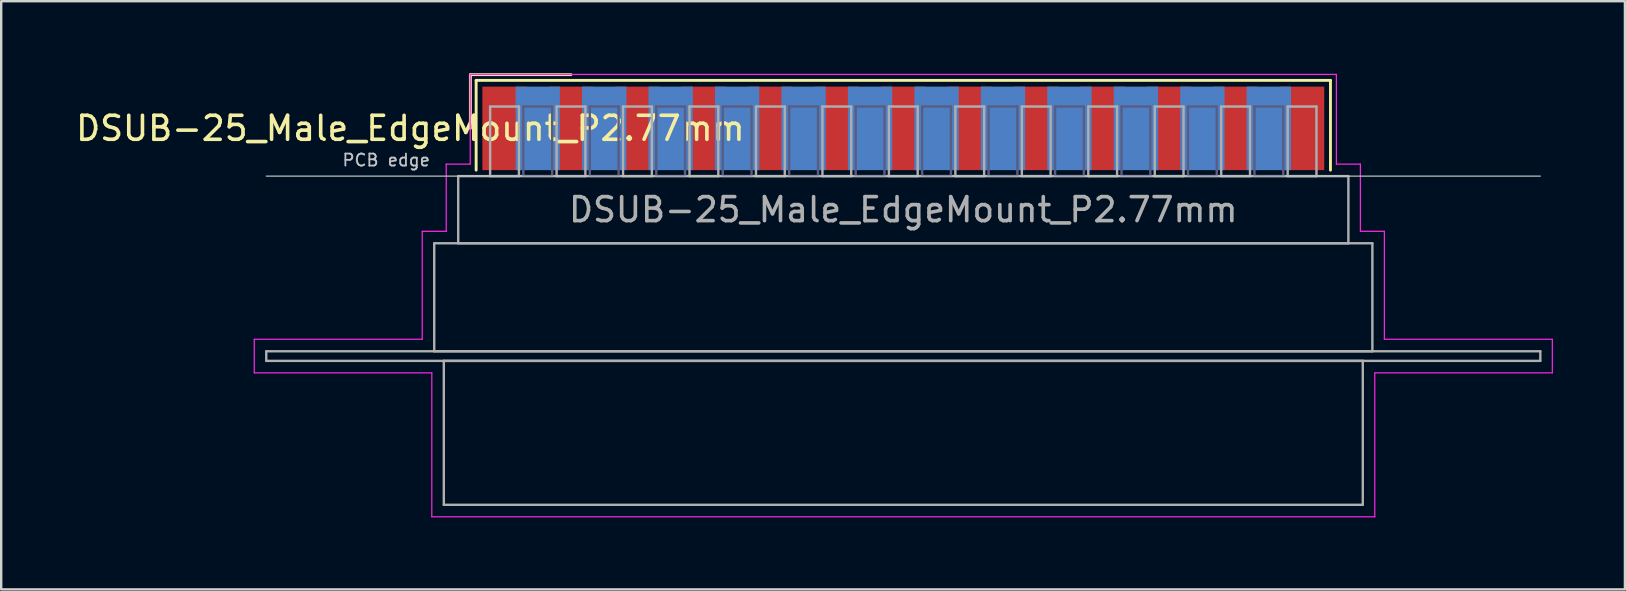
<source format=kicad_pcb>
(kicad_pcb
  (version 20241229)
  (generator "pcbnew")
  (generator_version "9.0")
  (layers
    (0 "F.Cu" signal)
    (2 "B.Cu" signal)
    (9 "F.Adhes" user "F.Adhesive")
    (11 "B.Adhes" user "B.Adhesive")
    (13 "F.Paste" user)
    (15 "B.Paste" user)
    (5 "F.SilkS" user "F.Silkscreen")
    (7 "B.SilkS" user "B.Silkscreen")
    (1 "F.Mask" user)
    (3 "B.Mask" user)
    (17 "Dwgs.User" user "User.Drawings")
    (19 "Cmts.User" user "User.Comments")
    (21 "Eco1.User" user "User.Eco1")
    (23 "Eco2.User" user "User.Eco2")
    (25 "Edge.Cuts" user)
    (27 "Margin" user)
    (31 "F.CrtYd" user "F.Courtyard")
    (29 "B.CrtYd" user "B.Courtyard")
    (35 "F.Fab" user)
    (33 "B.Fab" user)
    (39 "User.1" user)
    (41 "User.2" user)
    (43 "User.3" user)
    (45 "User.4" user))
  (footprint "DSUB-25_Male_EdgeMount_P2.77mm"
    (layer "F.Cu")
    (at 34.597 2.3)
    (property "Reference" "DSUB-25_Male_EdgeMount_P2.77mm" (at -20.543 0 0) (layer "F.SilkS") (effects (font (size 1 1) (thickness 0.15))))
    (attr smd)
    (fp_line (start -18.043 -2.24) (end -13.85 -2.24) (stroke (width 0.12) (type solid)) (layer "F.SilkS"))
    (fp_line (start -18.043 0) (end -18.043 -2.24) (stroke (width 0.12) (type solid)) (layer "F.SilkS"))
    (fp_line (start -17.803 -2) (end -17.803 1.74) (stroke (width 0.12) (type solid)) (layer "F.SilkS"))
    (fp_line (start 17.803 -2) (end -17.803 -2) (stroke (width 0.12) (type solid)) (layer "F.SilkS"))
    (fp_line (start 17.803 1.74) (end 17.803 -2) (stroke (width 0.12) (type solid)) (layer "F.SilkS"))
    (fp_line (start -26.55 1.99) (end 26.55 1.99) (stroke (width 0.05) (type solid)) (layer "Dwgs.User"))
    (fp_line (start -27.05 8.79) (end -20.05 8.79) (stroke (width 0.05) (type solid)) (layer "F.CrtYd"))
    (fp_line (start -27.05 10.19) (end -27.05 8.79) (stroke (width 0.05) (type solid)) (layer "F.CrtYd"))
    (fp_line (start -20.05 4.29) (end -19.05 4.29) (stroke (width 0.05) (type solid)) (layer "F.CrtYd"))
    (fp_line (start -20.05 8.79) (end -20.05 4.29) (stroke (width 0.05) (type solid)) (layer "F.CrtYd"))
    (fp_line (start -19.65 10.19) (end -27.05 10.19) (stroke (width 0.05) (type solid)) (layer "F.CrtYd"))
    (fp_line (start -19.65 16.19) (end -19.65 10.19) (stroke (width 0.05) (type solid)) (layer "F.CrtYd"))
    (fp_line (start -19.05 1.49) (end -18.05 1.49) (stroke (width 0.05) (type solid)) (layer "F.CrtYd"))
    (fp_line (start -19.05 4.29) (end -19.05 1.49) (stroke (width 0.05) (type solid)) (layer "F.CrtYd"))
    (fp_line (start -18.05 -2.25) (end 18.05 -2.25) (stroke (width 0.05) (type solid)) (layer "F.CrtYd"))
    (fp_line (start -18.05 1.49) (end -18.05 -2.25) (stroke (width 0.05) (type solid)) (layer "F.CrtYd"))
    (fp_line (start 18.05 -2.25) (end 18.05 1.49) (stroke (width 0.05) (type solid)) (layer "F.CrtYd"))
    (fp_line (start 18.05 1.49) (end 19.05 1.49) (stroke (width 0.05) (type solid)) (layer "F.CrtYd"))
    (fp_line (start 19.05 1.49) (end 19.05 4.29) (stroke (width 0.05) (type solid)) (layer "F.CrtYd"))
    (fp_line (start 19.05 4.29) (end 20.05 4.29) (stroke (width 0.05) (type solid)) (layer "F.CrtYd"))
    (fp_line (start 19.65 10.19) (end 19.65 16.19) (stroke (width 0.05) (type solid)) (layer "F.CrtYd"))
    (fp_line (start 19.65 16.19) (end -19.65 16.19) (stroke (width 0.05) (type solid)) (layer "F.CrtYd"))
    (fp_line (start 20.05 4.29) (end 20.05 8.79) (stroke (width 0.05) (type solid)) (layer "F.CrtYd"))
    (fp_line (start 20.05 8.79) (end 27.05 8.79) (stroke (width 0.05) (type solid)) (layer "F.CrtYd"))
    (fp_line (start 27.05 8.79) (end 27.05 10.19) (stroke (width 0.05) (type solid)) (layer "F.CrtYd"))
    (fp_line (start 27.05 10.19) (end 19.65 10.19) (stroke (width 0.05) (type solid)) (layer "F.CrtYd"))
    (fp_line (start -15.835 -0.91) (end -15.835 1.99) (stroke (width 0.1) (type solid)) (layer "B.Fab"))
    (fp_line (start -15.835 1.99) (end -14.635 1.99) (stroke (width 0.1) (type solid)) (layer "B.Fab"))
    (fp_line (start -14.635 -0.91) (end -15.835 -0.91) (stroke (width 0.1) (type solid)) (layer "B.Fab"))
    (fp_line (start -14.635 1.99) (end -14.635 -0.91) (stroke (width 0.1) (type solid)) (layer "B.Fab"))
    (fp_line (start -13.065 -0.91) (end -13.065 1.99) (stroke (width 0.1) (type solid)) (layer "B.Fab"))
    (fp_line (start -13.065 1.99) (end -11.865 1.99) (stroke (width 0.1) (type solid)) (layer "B.Fab"))
    (fp_line (start -11.865 -0.91) (end -13.065 -0.91) (stroke (width 0.1) (type solid)) (layer "B.Fab"))
    (fp_line (start -11.865 1.99) (end -11.865 -0.91) (stroke (width 0.1) (type solid)) (layer "B.Fab"))
    (fp_line (start -10.295 -0.91) (end -10.295 1.99) (stroke (width 0.1) (type solid)) (layer "B.Fab"))
    (fp_line (start -10.295 1.99) (end -9.095 1.99) (stroke (width 0.1) (type solid)) (layer "B.Fab"))
    (fp_line (start -9.095 -0.91) (end -10.295 -0.91) (stroke (width 0.1) (type solid)) (layer "B.Fab"))
    (fp_line (start -9.095 1.99) (end -9.095 -0.91) (stroke (width 0.1) (type solid)) (layer "B.Fab"))
    (fp_line (start -7.525 -0.91) (end -7.525 1.99) (stroke (width 0.1) (type solid)) (layer "B.Fab"))
    (fp_line (start -7.525 1.99) (end -6.325 1.99) (stroke (width 0.1) (type solid)) (layer "B.Fab"))
    (fp_line (start -6.325 -0.91) (end -7.525 -0.91) (stroke (width 0.1) (type solid)) (layer "B.Fab"))
    (fp_line (start -6.325 1.99) (end -6.325 -0.91) (stroke (width 0.1) (type solid)) (layer "B.Fab"))
    (fp_line (start -4.755 -0.91) (end -4.755 1.99) (stroke (width 0.1) (type solid)) (layer "B.Fab"))
    (fp_line (start -4.755 1.99) (end -3.555 1.99) (stroke (width 0.1) (type solid)) (layer "B.Fab"))
    (fp_line (start -3.555 -0.91) (end -4.755 -0.91) (stroke (width 0.1) (type solid)) (layer "B.Fab"))
    (fp_line (start -3.555 1.99) (end -3.555 -0.91) (stroke (width 0.1) (type solid)) (layer "B.Fab"))
    (fp_line (start -1.985 -0.91) (end -1.985 1.99) (stroke (width 0.1) (type solid)) (layer "B.Fab"))
    (fp_line (start -1.985 1.99) (end -0.785 1.99) (stroke (width 0.1) (type solid)) (layer "B.Fab"))
    (fp_line (start -0.785 -0.91) (end -1.985 -0.91) (stroke (width 0.1) (type solid)) (layer "B.Fab"))
    (fp_line (start -0.785 1.99) (end -0.785 -0.91) (stroke (width 0.1) (type solid)) (layer "B.Fab"))
    (fp_line (start 0.785 -0.91) (end 0.785 1.99) (stroke (width 0.1) (type solid)) (layer "B.Fab"))
    (fp_line (start 0.785 1.99) (end 1.985 1.99) (stroke (width 0.1) (type solid)) (layer "B.Fab"))
    (fp_line (start 1.985 -0.91) (end 0.785 -0.91) (stroke (width 0.1) (type solid)) (layer "B.Fab"))
    (fp_line (start 1.985 1.99) (end 1.985 -0.91) (stroke (width 0.1) (type solid)) (layer "B.Fab"))
    (fp_line (start 3.555 -0.91) (end 3.555 1.99) (stroke (width 0.1) (type solid)) (layer "B.Fab"))
    (fp_line (start 3.555 1.99) (end 4.755 1.99) (stroke (width 0.1) (type solid)) (layer "B.Fab"))
    (fp_line (start 4.755 -0.91) (end 3.555 -0.91) (stroke (width 0.1) (type solid)) (layer "B.Fab"))
    (fp_line (start 4.755 1.99) (end 4.755 -0.91) (stroke (width 0.1) (type solid)) (layer "B.Fab"))
    (fp_line (start 6.325 -0.91) (end 6.325 1.99) (stroke (width 0.1) (type solid)) (layer "B.Fab"))
    (fp_line (start 6.325 1.99) (end 7.525 1.99) (stroke (width 0.1) (type solid)) (layer "B.Fab"))
    (fp_line (start 7.525 -0.91) (end 6.325 -0.91) (stroke (width 0.1) (type solid)) (layer "B.Fab"))
    (fp_line (start 7.525 1.99) (end 7.525 -0.91) (stroke (width 0.1) (type solid)) (layer "B.Fab"))
    (fp_line (start 9.095 -0.91) (end 9.095 1.99) (stroke (width 0.1) (type solid)) (layer "B.Fab"))
    (fp_line (start 9.095 1.99) (end 10.295 1.99) (stroke (width 0.1) (type solid)) (layer "B.Fab"))
    (fp_line (start 10.295 -0.91) (end 9.095 -0.91) (stroke (width 0.1) (type solid)) (layer "B.Fab"))
    (fp_line (start 10.295 1.99) (end 10.295 -0.91) (stroke (width 0.1) (type solid)) (layer "B.Fab"))
    (fp_line (start 11.865 -0.91) (end 11.865 1.99) (stroke (width 0.1) (type solid)) (layer "B.Fab"))
    (fp_line (start 11.865 1.99) (end 13.065 1.99) (stroke (width 0.1) (type solid)) (layer "B.Fab"))
    (fp_line (start 13.065 -0.91) (end 11.865 -0.91) (stroke (width 0.1) (type solid)) (layer "B.Fab"))
    (fp_line (start 13.065 1.99) (end 13.065 -0.91) (stroke (width 0.1) (type solid)) (layer "B.Fab"))
    (fp_line (start 14.635 -0.91) (end 14.635 1.99) (stroke (width 0.1) (type solid)) (layer "B.Fab"))
    (fp_line (start 14.635 1.99) (end 15.835 1.99) (stroke (width 0.1) (type solid)) (layer "B.Fab"))
    (fp_line (start 15.835 -0.91) (end 14.635 -0.91) (stroke (width 0.1) (type solid)) (layer "B.Fab"))
    (fp_line (start 15.835 1.99) (end 15.835 -0.91) (stroke (width 0.1) (type solid)) (layer "B.Fab"))
    (fp_line (start -26.55 9.29) (end -26.55 9.69) (stroke (width 0.1) (type solid)) (layer "F.Fab"))
    (fp_line (start -26.55 9.69) (end 26.55 9.69) (stroke (width 0.1) (type solid)) (layer "F.Fab"))
    (fp_line (start -19.55 4.79) (end -19.55 9.29) (stroke (width 0.1) (type solid)) (layer "F.Fab"))
    (fp_line (start -19.55 9.29) (end 19.55 9.29) (stroke (width 0.1) (type solid)) (layer "F.Fab"))
    (fp_line (start -19.15 9.69) (end -19.15 15.69) (stroke (width 0.1) (type solid)) (layer "F.Fab"))
    (fp_line (start -19.15 15.69) (end 19.15 15.69) (stroke (width 0.1) (type solid)) (layer "F.Fab"))
    (fp_line (start -18.55 1.99) (end -18.55 4.79) (stroke (width 0.1) (type solid)) (layer "F.Fab"))
    (fp_line (start -18.55 4.79) (end 18.55 4.79) (stroke (width 0.1) (type solid)) (layer "F.Fab"))
    (fp_line (start -17.22 -0.91) (end -17.22 1.99) (stroke (width 0.1) (type solid)) (layer "F.Fab"))
    (fp_line (start -17.22 1.99) (end -16.02 1.99) (stroke (width 0.1) (type solid)) (layer "F.Fab"))
    (fp_line (start -16.02 -0.91) (end -17.22 -0.91) (stroke (width 0.1) (type solid)) (layer "F.Fab"))
    (fp_line (start -16.02 1.99) (end -16.02 -0.91) (stroke (width 0.1) (type solid)) (layer "F.Fab"))
    (fp_line (start -14.45 -0.91) (end -14.45 1.99) (stroke (width 0.1) (type solid)) (layer "F.Fab"))
    (fp_line (start -14.45 1.99) (end -13.25 1.99) (stroke (width 0.1) (type solid)) (layer "F.Fab"))
    (fp_line (start -13.25 -0.91) (end -14.45 -0.91) (stroke (width 0.1) (type solid)) (layer "F.Fab"))
    (fp_line (start -13.25 1.99) (end -13.25 -0.91) (stroke (width 0.1) (type solid)) (layer "F.Fab"))
    (fp_line (start -11.68 -0.91) (end -11.68 1.99) (stroke (width 0.1) (type solid)) (layer "F.Fab"))
    (fp_line (start -11.68 1.99) (end -10.48 1.99) (stroke (width 0.1) (type solid)) (layer "F.Fab"))
    (fp_line (start -10.48 -0.91) (end -11.68 -0.91) (stroke (width 0.1) (type solid)) (layer "F.Fab"))
    (fp_line (start -10.48 1.99) (end -10.48 -0.91) (stroke (width 0.1) (type solid)) (layer "F.Fab"))
    (fp_line (start -8.91 -0.91) (end -8.91 1.99) (stroke (width 0.1) (type solid)) (layer "F.Fab"))
    (fp_line (start -8.91 1.99) (end -7.71 1.99) (stroke (width 0.1) (type solid)) (layer "F.Fab"))
    (fp_line (start -7.71 -0.91) (end -8.91 -0.91) (stroke (width 0.1) (type solid)) (layer "F.Fab"))
    (fp_line (start -7.71 1.99) (end -7.71 -0.91) (stroke (width 0.1) (type solid)) (layer "F.Fab"))
    (fp_line (start -6.14 -0.91) (end -6.14 1.99) (stroke (width 0.1) (type solid)) (layer "F.Fab"))
    (fp_line (start -6.14 1.99) (end -4.94 1.99) (stroke (width 0.1) (type solid)) (layer "F.Fab"))
    (fp_line (start -4.94 -0.91) (end -6.14 -0.91) (stroke (width 0.1) (type solid)) (layer "F.Fab"))
    (fp_line (start -4.94 1.99) (end -4.94 -0.91) (stroke (width 0.1) (type solid)) (layer "F.Fab"))
    (fp_line (start -3.37 -0.91) (end -3.37 1.99) (stroke (width 0.1) (type solid)) (layer "F.Fab"))
    (fp_line (start -3.37 1.99) (end -2.17 1.99) (stroke (width 0.1) (type solid)) (layer "F.Fab"))
    (fp_line (start -2.17 -0.91) (end -3.37 -0.91) (stroke (width 0.1) (type solid)) (layer "F.Fab"))
    (fp_line (start -2.17 1.99) (end -2.17 -0.91) (stroke (width 0.1) (type solid)) (layer "F.Fab"))
    (fp_line (start -0.6 -0.91) (end -0.6 1.99) (stroke (width 0.1) (type solid)) (layer "F.Fab"))
    (fp_line (start -0.6 1.99) (end 0.6 1.99) (stroke (width 0.1) (type solid)) (layer "F.Fab"))
    (fp_line (start 0.6 -0.91) (end -0.6 -0.91) (stroke (width 0.1) (type solid)) (layer "F.Fab"))
    (fp_line (start 0.6 1.99) (end 0.6 -0.91) (stroke (width 0.1) (type solid)) (layer "F.Fab"))
    (fp_line (start 2.17 -0.91) (end 2.17 1.99) (stroke (width 0.1) (type solid)) (layer "F.Fab"))
    (fp_line (start 2.17 1.99) (end 3.37 1.99) (stroke (width 0.1) (type solid)) (layer "F.Fab"))
    (fp_line (start 3.37 -0.91) (end 2.17 -0.91) (stroke (width 0.1) (type solid)) (layer "F.Fab"))
    (fp_line (start 3.37 1.99) (end 3.37 -0.91) (stroke (width 0.1) (type solid)) (layer "F.Fab"))
    (fp_line (start 4.94 -0.91) (end 4.94 1.99) (stroke (width 0.1) (type solid)) (layer "F.Fab"))
    (fp_line (start 4.94 1.99) (end 6.14 1.99) (stroke (width 0.1) (type solid)) (layer "F.Fab"))
    (fp_line (start 6.14 -0.91) (end 4.94 -0.91) (stroke (width 0.1) (type solid)) (layer "F.Fab"))
    (fp_line (start 6.14 1.99) (end 6.14 -0.91) (stroke (width 0.1) (type solid)) (layer "F.Fab"))
    (fp_line (start 7.71 -0.91) (end 7.71 1.99) (stroke (width 0.1) (type solid)) (layer "F.Fab"))
    (fp_line (start 7.71 1.99) (end 8.91 1.99) (stroke (width 0.1) (type solid)) (layer "F.Fab"))
    (fp_line (start 8.91 -0.91) (end 7.71 -0.91) (stroke (width 0.1) (type solid)) (layer "F.Fab"))
    (fp_line (start 8.91 1.99) (end 8.91 -0.91) (stroke (width 0.1) (type solid)) (layer "F.Fab"))
    (fp_line (start 10.48 -0.91) (end 10.48 1.99) (stroke (width 0.1) (type solid)) (layer "F.Fab"))
    (fp_line (start 10.48 1.99) (end 11.68 1.99) (stroke (width 0.1) (type solid)) (layer "F.Fab"))
    (fp_line (start 11.68 -0.91) (end 10.48 -0.91) (stroke (width 0.1) (type solid)) (layer "F.Fab"))
    (fp_line (start 11.68 1.99) (end 11.68 -0.91) (stroke (width 0.1) (type solid)) (layer "F.Fab"))
    (fp_line (start 13.25 -0.91) (end 13.25 1.99) (stroke (width 0.1) (type solid)) (layer "F.Fab"))
    (fp_line (start 13.25 1.99) (end 14.45 1.99) (stroke (width 0.1) (type solid)) (layer "F.Fab"))
    (fp_line (start 14.45 -0.91) (end 13.25 -0.91) (stroke (width 0.1) (type solid)) (layer "F.Fab"))
    (fp_line (start 14.45 1.99) (end 14.45 -0.91) (stroke (width 0.1) (type solid)) (layer "F.Fab"))
    (fp_line (start 16.02 -0.91) (end 16.02 1.99) (stroke (width 0.1) (type solid)) (layer "F.Fab"))
    (fp_line (start 16.02 1.99) (end 17.22 1.99) (stroke (width 0.1) (type solid)) (layer "F.Fab"))
    (fp_line (start 17.22 -0.91) (end 16.02 -0.91) (stroke (width 0.1) (type solid)) (layer "F.Fab"))
    (fp_line (start 17.22 1.99) (end 17.22 -0.91) (stroke (width 0.1) (type solid)) (layer "F.Fab"))
    (fp_line (start 18.55 1.99) (end -18.55 1.99) (stroke (width 0.1) (type solid)) (layer "F.Fab"))
    (fp_line (start 18.55 4.79) (end 18.55 1.99) (stroke (width 0.1) (type solid)) (layer "F.Fab"))
    (fp_line (start 19.15 9.69) (end -19.15 9.69) (stroke (width 0.1) (type solid)) (layer "F.Fab"))
    (fp_line (start 19.15 15.69) (end 19.15 9.69) (stroke (width 0.1) (type solid)) (layer "F.Fab"))
    (fp_line (start 19.55 4.79) (end -19.55 4.79) (stroke (width 0.1) (type solid)) (layer "F.Fab"))
    (fp_line (start 19.55 9.29) (end 19.55 4.79) (stroke (width 0.1) (type solid)) (layer "F.Fab"))
    (fp_line (start 26.55 9.29) (end -26.55 9.29) (stroke (width 0.1) (type solid)) (layer "F.Fab"))
    (fp_line (start 26.55 9.69) (end 26.55 9.29) (stroke (width 0.1) (type solid)) (layer "F.Fab"))
    (fp_text user "PCB edge" (at -21.55 1.323 0) (layer "Dwgs.User") (effects (font (size 0.5 0.5) (thickness 0.075))))
    (fp_text user "${REFERENCE}" (at 0 3.39 0) (layer "F.Fab") (effects (font (size 1 1) (thickness 0.15))))
    (pad "1" smd rect (at -16.62 0) (size 1.847 3.48) (layers "F.Cu" "F.Mask" "F.Paste"))
    (pad "2" smd rect (at -13.85 0) (size 1.847 3.48) (layers "F.Cu" "F.Mask" "F.Paste"))
    (pad "3" smd rect (at -11.08 0) (size 1.847 3.48) (layers "F.Cu" "F.Mask" "F.Paste"))
    (pad "4" smd rect (at -8.31 0) (size 1.847 3.48) (layers "F.Cu" "F.Mask" "F.Paste"))
    (pad "5" smd rect (at -5.54 0) (size 1.847 3.48) (layers "F.Cu" "F.Mask" "F.Paste"))
    (pad "6" smd rect (at -2.77 0) (size 1.847 3.48) (layers "F.Cu" "F.Mask" "F.Paste"))
    (pad "7" smd rect (at 0 0) (size 1.847 3.48) (layers "F.Cu" "F.Mask" "F.Paste"))
    (pad "8" smd rect (at 2.77 0) (size 1.847 3.48) (layers "F.Cu" "F.Mask" "F.Paste"))
    (pad "9" smd rect (at 5.54 0) (size 1.847 3.48) (layers "F.Cu" "F.Mask" "F.Paste"))
    (pad "10" smd rect (at 8.31 0) (size 1.847 3.48) (layers "F.Cu" "F.Mask" "F.Paste"))
    (pad "11" smd rect (at 11.08 0) (size 1.847 3.48) (layers "F.Cu" "F.Mask" "F.Paste"))
    (pad "12" smd rect (at 13.85 0) (size 1.847 3.48) (layers "F.Cu" "F.Mask" "F.Paste"))
    (pad "13" smd rect (at 16.62 0) (size 1.847 3.48) (layers "F.Cu" "F.Mask" "F.Paste"))
    (pad "14" smd rect (at -15.235 0) (size 1.847 3.48) (layers "B.Cu" "B.Mask" "B.Paste"))
    (pad "15" smd rect (at -12.465 0) (size 1.847 3.48) (layers "B.Cu" "B.Mask" "B.Paste"))
    (pad "16" smd rect (at -9.695 0) (size 1.847 3.48) (layers "B.Cu" "B.Mask" "B.Paste"))
    (pad "17" smd rect (at -6.925 0) (size 1.847 3.48) (layers "B.Cu" "B.Mask" "B.Paste"))
    (pad "18" smd rect (at -4.155 0) (size 1.847 3.48) (layers "B.Cu" "B.Mask" "B.Paste"))
    (pad "19" smd rect (at -1.385 0) (size 1.847 3.48) (layers "B.Cu" "B.Mask" "B.Paste"))
    (pad "20" smd rect (at 1.385 0) (size 1.847 3.48) (layers "B.Cu" "B.Mask" "B.Paste"))
    (pad "21" smd rect (at 4.155 0) (size 1.847 3.48) (layers "B.Cu" "B.Mask" "B.Paste"))
    (pad "22" smd rect (at 6.925 0) (size 1.847 3.48) (layers "B.Cu" "B.Mask" "B.Paste"))
    (pad "23" smd rect (at 9.695 0) (size 1.847 3.48) (layers "B.Cu" "B.Mask" "B.Paste"))
    (pad "24" smd rect (at 12.465 0) (size 1.847 3.48) (layers "B.Cu" "B.Mask" "B.Paste"))
    (pad "25" smd rect (at 15.235 0) (size 1.847 3.48) (layers "B.Cu" "B.Mask" "B.Paste")))
  (gr_rect
    (start -3 -3)
    (end 64.672 21.515)
    (stroke (width 0.1) (type default))
    (fill no)
    (layer "Edge.Cuts")))
</source>
